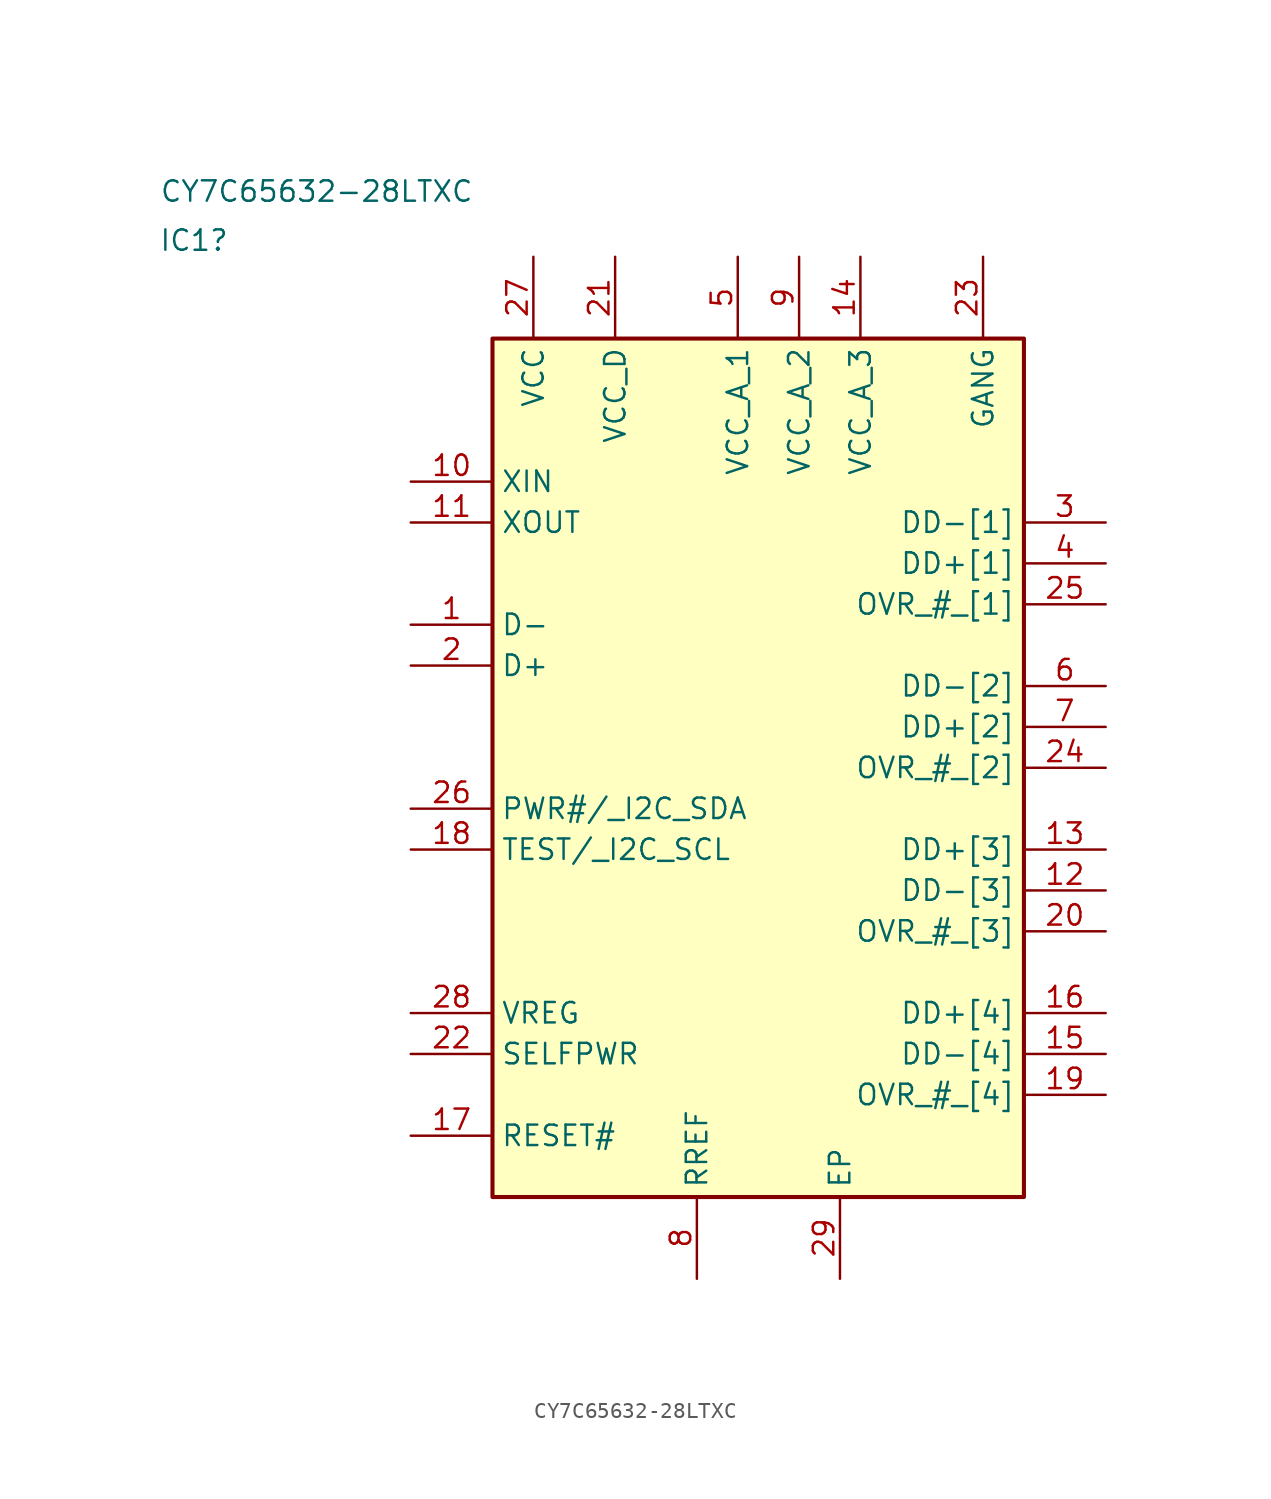
<source format=kicad_sym>
(kicad_symbol_lib
  (version 20231120)
  (generator "kicad_symbol_editor")
  (generator_version "8.0")
  (symbol "CY7C65632-28LTXC"
    (property "Reference" "IC1"
      (at -13.462 28.956 0)
      (effects (font (size 1.27 1.27))))
    (property "Value" "CY7C65632-28LTXC"
      (at -5.842 32.004 0)
      (effects (font (size 1.27 1.27))))
    (symbol "CY7C65632-28LTXC_1_1"
      (rectangle (start 5.08 22.86) (end 38.1 -30.48) (stroke (width 0.254) (type default)) (fill (type background)))
      (pin passive line (at 0 5.08 0) (length 5.08) (name "D-" (effects (font (size 1.27 1.27)))) (number "1" (effects (font (size 1.27 1.27)))))
      (pin passive line (at 0 13.97 0) (length 5.08) (name "XIN" (effects (font (size 1.27 1.27)))) (number "10" (effects (font (size 1.27 1.27)))))
      (pin passive line (at 0 11.43 0) (length 5.08) (name "XOUT" (effects (font (size 1.27 1.27)))) (number "11" (effects (font (size 1.27 1.27)))))
      (pin passive line (at 43.18 -11.43 180) (length 5.08) (name "DD-[3]" (effects (font (size 1.27 1.27)))) (number "12" (effects (font (size 1.27 1.27)))))
      (pin passive line (at 43.18 -8.89 180) (length 5.08) (name "DD+[3]" (effects (font (size 1.27 1.27)))) (number "13" (effects (font (size 1.27 1.27)))))
      (pin passive line (at 27.94 27.94 270) (length 5.08) (name "VCC_A_3" (effects (font (size 1.27 1.27)))) (number "14" (effects (font (size 1.27 1.27)))))
      (pin passive line (at 43.18 -21.59 180) (length 5.08) (name "DD-[4]" (effects (font (size 1.27 1.27)))) (number "15" (effects (font (size 1.27 1.27)))))
      (pin passive line (at 43.18 -19.05 180) (length 5.08) (name "DD+[4]" (effects (font (size 1.27 1.27)))) (number "16" (effects (font (size 1.27 1.27)))))
      (pin passive line (at 0 -26.67 0) (length 5.08) (name "RESET#" (effects (font (size 1.27 1.27)))) (number "17" (effects (font (size 1.27 1.27)))))
      (pin passive line (at 0 -8.89 0) (length 5.08) (name "TEST/_I2C_SCL" (effects (font (size 1.27 1.27)))) (number "18" (effects (font (size 1.27 1.27)))))
      (pin passive line (at 43.18 -24.13 180) (length 5.08) (name "OVR_#_[4]" (effects (font (size 1.27 1.27)))) (number "19" (effects (font (size 1.27 1.27)))))
      (pin passive line (at 0 2.54 0) (length 5.08) (name "D+" (effects (font (size 1.27 1.27)))) (number "2" (effects (font (size 1.27 1.27)))))
      (pin passive line (at 43.18 -13.97 180) (length 5.08) (name "OVR_#_[3]" (effects (font (size 1.27 1.27)))) (number "20" (effects (font (size 1.27 1.27)))))
      (pin passive line (at 12.7 27.94 270) (length 5.08) (name "VCC_D" (effects (font (size 1.27 1.27)))) (number "21" (effects (font (size 1.27 1.27)))))
      (pin passive line (at 0 -21.59 0) (length 5.08) (name "SELFPWR" (effects (font (size 1.27 1.27)))) (number "22" (effects (font (size 1.27 1.27)))))
      (pin passive line (at 35.56 27.94 270) (length 5.08) (name "GANG" (effects (font (size 1.27 1.27)))) (number "23" (effects (font (size 1.27 1.27)))))
      (pin passive line (at 43.18 -3.81 180) (length 5.08) (name "OVR_#_[2]" (effects (font (size 1.27 1.27)))) (number "24" (effects (font (size 1.27 1.27)))))
      (pin passive line (at 43.18 6.35 180) (length 5.08) (name "OVR_#_[1]" (effects (font (size 1.27 1.27)))) (number "25" (effects (font (size 1.27 1.27)))))
      (pin passive line (at 0 -6.35 0) (length 5.08) (name "PWR#/_I2C_SDA" (effects (font (size 1.27 1.27)))) (number "26" (effects (font (size 1.27 1.27)))))
      (pin passive line (at 7.62 27.94 270) (length 5.08) (name "VCC" (effects (font (size 1.27 1.27)))) (number "27" (effects (font (size 1.27 1.27)))))
      (pin passive line (at 0 -19.05 0) (length 5.08) (name "VREG" (effects (font (size 1.27 1.27)))) (number "28" (effects (font (size 1.27 1.27)))))
      (pin passive line (at 26.67 -35.56 90) (length 5.08) (name "EP" (effects (font (size 1.27 1.27)))) (number "29" (effects (font (size 1.27 1.27)))))
      (pin passive line (at 43.18 11.43 180) (length 5.08) (name "DD-[1]" (effects (font (size 1.27 1.27)))) (number "3" (effects (font (size 1.27 1.27)))))
      (pin passive line (at 43.18 8.89 180) (length 5.08) (name "DD+[1]" (effects (font (size 1.27 1.27)))) (number "4" (effects (font (size 1.27 1.27)))))
      (pin passive line (at 20.32 27.94 270) (length 5.08) (name "VCC_A_1" (effects (font (size 1.27 1.27)))) (number "5" (effects (font (size 1.27 1.27)))))
      (pin passive line (at 43.18 1.27 180) (length 5.08) (name "DD-[2]" (effects (font (size 1.27 1.27)))) (number "6" (effects (font (size 1.27 1.27)))))
      (pin passive line (at 43.18 -1.27 180) (length 5.08) (name "DD+[2]" (effects (font (size 1.27 1.27)))) (number "7" (effects (font (size 1.27 1.27)))))
      (pin passive line (at 17.78 -35.56 90) (length 5.08) (name "RREF" (effects (font (size 1.27 1.27)))) (number "8" (effects (font (size 1.27 1.27)))))
      (pin passive line (at 24.13 27.94 270) (length 5.08) (name "VCC_A_2" (effects (font (size 1.27 1.27)))) (number "9" (effects (font (size 1.27 1.27))))))))
</source>
